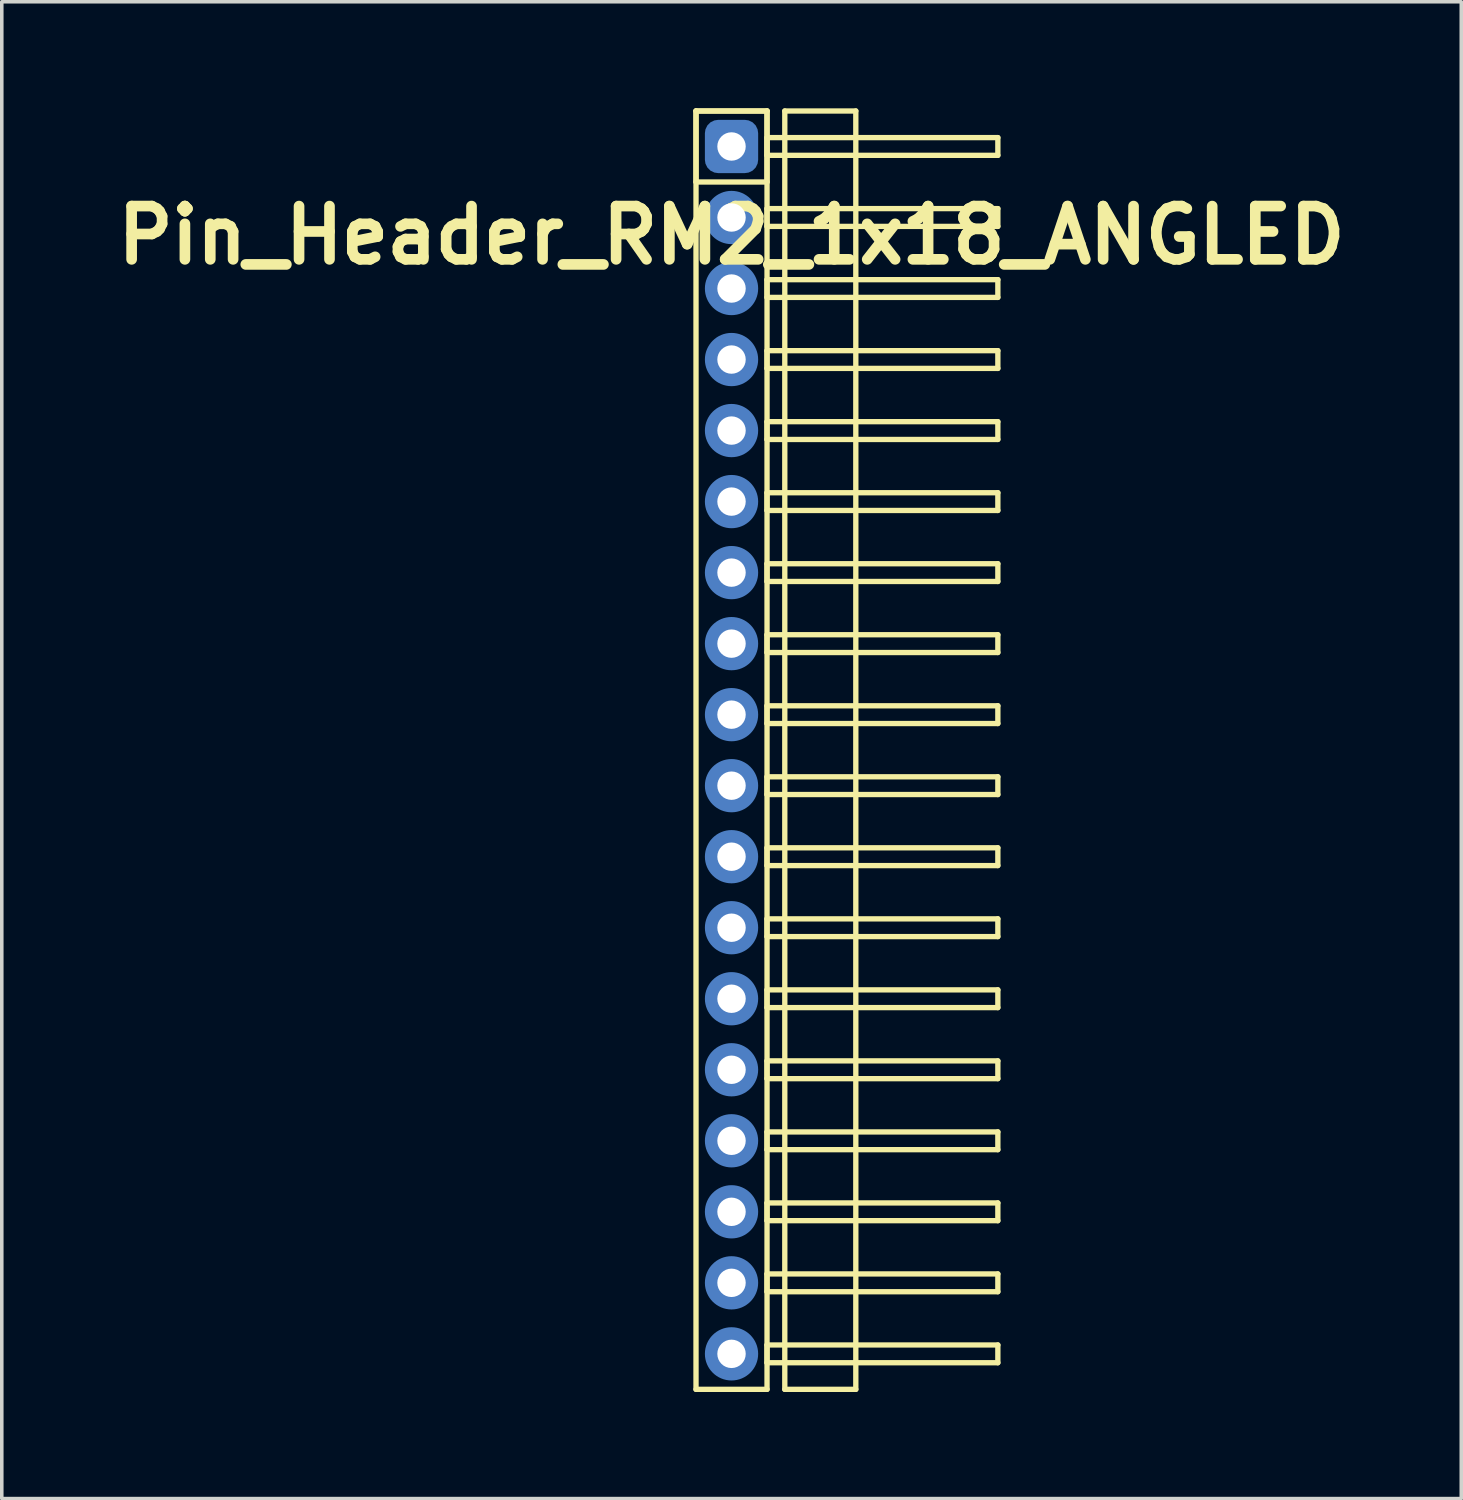
<source format=kicad_pcb>
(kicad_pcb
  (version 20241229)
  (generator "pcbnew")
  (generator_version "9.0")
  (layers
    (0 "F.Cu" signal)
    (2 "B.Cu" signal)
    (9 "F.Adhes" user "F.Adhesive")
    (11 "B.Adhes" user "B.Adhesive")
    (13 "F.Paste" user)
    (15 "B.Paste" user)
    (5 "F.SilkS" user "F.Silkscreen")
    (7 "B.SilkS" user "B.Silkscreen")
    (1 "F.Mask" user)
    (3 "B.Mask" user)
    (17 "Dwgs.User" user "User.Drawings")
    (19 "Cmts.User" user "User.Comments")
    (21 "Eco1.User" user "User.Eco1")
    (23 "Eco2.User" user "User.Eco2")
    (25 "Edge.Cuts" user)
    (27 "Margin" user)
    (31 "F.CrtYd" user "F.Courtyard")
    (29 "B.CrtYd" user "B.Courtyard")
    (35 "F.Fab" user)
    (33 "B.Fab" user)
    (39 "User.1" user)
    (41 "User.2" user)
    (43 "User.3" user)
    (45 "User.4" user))
  (footprint "Pin_Header_RM2_1x18_ANGLED"
    (layer "F.Cu")
    (at 17.55 1.075)
    (property "Reference" "Pin_Header_RM2_1x18_ANGLED" (at 0 2.5 0) (layer "F.SilkS") (effects (font (size 1.5 1.5) (thickness 0.3))))
    (attr through_hole)
    (fp_line (start -1 -1) (end 1 -1) (stroke (width 0.15) (type solid)) (layer "F.SilkS"))
    (fp_line (start -1 -1) (end 1 -1) (stroke (width 0.15) (type solid)) (layer "F.SilkS"))
    (fp_line (start -1 1) (end -1 -1) (stroke (width 0.15) (type solid)) (layer "F.SilkS"))
    (fp_line (start -1 35) (end -1 -1) (stroke (width 0.15) (type solid)) (layer "F.SilkS"))
    (fp_line (start 1 -1) (end 1 1) (stroke (width 0.15) (type solid)) (layer "F.SilkS"))
    (fp_line (start 1 -1) (end 1 35) (stroke (width 0.15) (type solid)) (layer "F.SilkS"))
    (fp_line (start 1 -0.25) (end 7.5 -0.25) (stroke (width 0.15) (type solid)) (layer "F.SilkS"))
    (fp_line (start 1 0.25) (end 1 -0.25) (stroke (width 0.15) (type solid)) (layer "F.SilkS"))
    (fp_line (start 1 1) (end -1 1) (stroke (width 0.15) (type solid)) (layer "F.SilkS"))
    (fp_line (start 1 1.75) (end 7.5 1.75) (stroke (width 0.15) (type solid)) (layer "F.SilkS"))
    (fp_line (start 1 2.25) (end 1 1.75) (stroke (width 0.15) (type solid)) (layer "F.SilkS"))
    (fp_line (start 1 3.75) (end 7.5 3.75) (stroke (width 0.15) (type solid)) (layer "F.SilkS"))
    (fp_line (start 1 4.25) (end 1 3.75) (stroke (width 0.15) (type solid)) (layer "F.SilkS"))
    (fp_line (start 1 5.75) (end 7.5 5.75) (stroke (width 0.15) (type solid)) (layer "F.SilkS"))
    (fp_line (start 1 6.25) (end 1 5.75) (stroke (width 0.15) (type solid)) (layer "F.SilkS"))
    (fp_line (start 1 7.75) (end 7.5 7.75) (stroke (width 0.15) (type solid)) (layer "F.SilkS"))
    (fp_line (start 1 8.25) (end 1 7.75) (stroke (width 0.15) (type solid)) (layer "F.SilkS"))
    (fp_line (start 1 9.75) (end 7.5 9.75) (stroke (width 0.15) (type solid)) (layer "F.SilkS"))
    (fp_line (start 1 10.25) (end 1 9.75) (stroke (width 0.15) (type solid)) (layer "F.SilkS"))
    (fp_line (start 1 11.75) (end 7.5 11.75) (stroke (width 0.15) (type solid)) (layer "F.SilkS"))
    (fp_line (start 1 12.25) (end 1 11.75) (stroke (width 0.15) (type solid)) (layer "F.SilkS"))
    (fp_line (start 1 13.75) (end 7.5 13.75) (stroke (width 0.15) (type solid)) (layer "F.SilkS"))
    (fp_line (start 1 14.25) (end 1 13.75) (stroke (width 0.15) (type solid)) (layer "F.SilkS"))
    (fp_line (start 1 15.75) (end 7.5 15.75) (stroke (width 0.15) (type solid)) (layer "F.SilkS"))
    (fp_line (start 1 16.25) (end 1 15.75) (stroke (width 0.15) (type solid)) (layer "F.SilkS"))
    (fp_line (start 1 17.75) (end 7.5 17.75) (stroke (width 0.15) (type solid)) (layer "F.SilkS"))
    (fp_line (start 1 18.25) (end 1 17.75) (stroke (width 0.15) (type solid)) (layer "F.SilkS"))
    (fp_line (start 1 19.75) (end 7.5 19.75) (stroke (width 0.15) (type solid)) (layer "F.SilkS"))
    (fp_line (start 1 20.25) (end 1 19.75) (stroke (width 0.15) (type solid)) (layer "F.SilkS"))
    (fp_line (start 1 21.75) (end 7.5 21.75) (stroke (width 0.15) (type solid)) (layer "F.SilkS"))
    (fp_line (start 1 22.25) (end 1 21.75) (stroke (width 0.15) (type solid)) (layer "F.SilkS"))
    (fp_line (start 1 23.75) (end 7.5 23.75) (stroke (width 0.15) (type solid)) (layer "F.SilkS"))
    (fp_line (start 1 24.25) (end 1 23.75) (stroke (width 0.15) (type solid)) (layer "F.SilkS"))
    (fp_line (start 1 25.75) (end 7.5 25.75) (stroke (width 0.15) (type solid)) (layer "F.SilkS"))
    (fp_line (start 1 26.25) (end 1 25.75) (stroke (width 0.15) (type solid)) (layer "F.SilkS"))
    (fp_line (start 1 27.75) (end 7.5 27.75) (stroke (width 0.15) (type solid)) (layer "F.SilkS"))
    (fp_line (start 1 28.25) (end 1 27.75) (stroke (width 0.15) (type solid)) (layer "F.SilkS"))
    (fp_line (start 1 29.75) (end 7.5 29.75) (stroke (width 0.15) (type solid)) (layer "F.SilkS"))
    (fp_line (start 1 30.25) (end 1 29.75) (stroke (width 0.15) (type solid)) (layer "F.SilkS"))
    (fp_line (start 1 31.75) (end 7.5 31.75) (stroke (width 0.15) (type solid)) (layer "F.SilkS"))
    (fp_line (start 1 32.25) (end 1 31.75) (stroke (width 0.15) (type solid)) (layer "F.SilkS"))
    (fp_line (start 1 33.75) (end 7.5 33.75) (stroke (width 0.15) (type solid)) (layer "F.SilkS"))
    (fp_line (start 1 34.25) (end 1 33.75) (stroke (width 0.15) (type solid)) (layer "F.SilkS"))
    (fp_line (start 1 35) (end -1 35) (stroke (width 0.15) (type solid)) (layer "F.SilkS"))
    (fp_line (start 1.5 -1) (end 3.5 -1) (stroke (width 0.15) (type solid)) (layer "F.SilkS"))
    (fp_line (start 1.5 35) (end 1.5 -1) (stroke (width 0.15) (type solid)) (layer "F.SilkS"))
    (fp_line (start 3.5 -1) (end 3.5 35) (stroke (width 0.15) (type solid)) (layer "F.SilkS"))
    (fp_line (start 3.5 35) (end 1.5 35) (stroke (width 0.15) (type solid)) (layer "F.SilkS"))
    (fp_line (start 7.5 -0.25) (end 7.5 0.25) (stroke (width 0.15) (type solid)) (layer "F.SilkS"))
    (fp_line (start 7.5 0.25) (end 1 0.25) (stroke (width 0.15) (type solid)) (layer "F.SilkS"))
    (fp_line (start 7.5 1.75) (end 7.5 2.25) (stroke (width 0.15) (type solid)) (layer "F.SilkS"))
    (fp_line (start 7.5 2.25) (end 1 2.25) (stroke (width 0.15) (type solid)) (layer "F.SilkS"))
    (fp_line (start 7.5 3.75) (end 7.5 4.25) (stroke (width 0.15) (type solid)) (layer "F.SilkS"))
    (fp_line (start 7.5 4.25) (end 1 4.25) (stroke (width 0.15) (type solid)) (layer "F.SilkS"))
    (fp_line (start 7.5 5.75) (end 7.5 6.25) (stroke (width 0.15) (type solid)) (layer "F.SilkS"))
    (fp_line (start 7.5 6.25) (end 1 6.25) (stroke (width 0.15) (type solid)) (layer "F.SilkS"))
    (fp_line (start 7.5 7.75) (end 7.5 8.25) (stroke (width 0.15) (type solid)) (layer "F.SilkS"))
    (fp_line (start 7.5 8.25) (end 1 8.25) (stroke (width 0.15) (type solid)) (layer "F.SilkS"))
    (fp_line (start 7.5 9.75) (end 7.5 10.25) (stroke (width 0.15) (type solid)) (layer "F.SilkS"))
    (fp_line (start 7.5 10.25) (end 1 10.25) (stroke (width 0.15) (type solid)) (layer "F.SilkS"))
    (fp_line (start 7.5 11.75) (end 7.5 12.25) (stroke (width 0.15) (type solid)) (layer "F.SilkS"))
    (fp_line (start 7.5 12.25) (end 1 12.25) (stroke (width 0.15) (type solid)) (layer "F.SilkS"))
    (fp_line (start 7.5 13.75) (end 7.5 14.25) (stroke (width 0.15) (type solid)) (layer "F.SilkS"))
    (fp_line (start 7.5 14.25) (end 1 14.25) (stroke (width 0.15) (type solid)) (layer "F.SilkS"))
    (fp_line (start 7.5 15.75) (end 7.5 16.25) (stroke (width 0.15) (type solid)) (layer "F.SilkS"))
    (fp_line (start 7.5 16.25) (end 1 16.25) (stroke (width 0.15) (type solid)) (layer "F.SilkS"))
    (fp_line (start 7.5 17.75) (end 7.5 18.25) (stroke (width 0.15) (type solid)) (layer "F.SilkS"))
    (fp_line (start 7.5 18.25) (end 1 18.25) (stroke (width 0.15) (type solid)) (layer "F.SilkS"))
    (fp_line (start 7.5 19.75) (end 7.5 20.25) (stroke (width 0.15) (type solid)) (layer "F.SilkS"))
    (fp_line (start 7.5 20.25) (end 1 20.25) (stroke (width 0.15) (type solid)) (layer "F.SilkS"))
    (fp_line (start 7.5 21.75) (end 7.5 22.25) (stroke (width 0.15) (type solid)) (layer "F.SilkS"))
    (fp_line (start 7.5 22.25) (end 1 22.25) (stroke (width 0.15) (type solid)) (layer "F.SilkS"))
    (fp_line (start 7.5 23.75) (end 7.5 24.25) (stroke (width 0.15) (type solid)) (layer "F.SilkS"))
    (fp_line (start 7.5 24.25) (end 1 24.25) (stroke (width 0.15) (type solid)) (layer "F.SilkS"))
    (fp_line (start 7.5 25.75) (end 7.5 26.25) (stroke (width 0.15) (type solid)) (layer "F.SilkS"))
    (fp_line (start 7.5 26.25) (end 1 26.25) (stroke (width 0.15) (type solid)) (layer "F.SilkS"))
    (fp_line (start 7.5 27.75) (end 7.5 28.25) (stroke (width 0.15) (type solid)) (layer "F.SilkS"))
    (fp_line (start 7.5 28.25) (end 1 28.25) (stroke (width 0.15) (type solid)) (layer "F.SilkS"))
    (fp_line (start 7.5 29.75) (end 7.5 30.25) (stroke (width 0.15) (type solid)) (layer "F.SilkS"))
    (fp_line (start 7.5 30.25) (end 1 30.25) (stroke (width 0.15) (type solid)) (layer "F.SilkS"))
    (fp_line (start 7.5 31.75) (end 7.5 32.25) (stroke (width 0.15) (type solid)) (layer "F.SilkS"))
    (fp_line (start 7.5 32.25) (end 1 32.25) (stroke (width 0.15) (type solid)) (layer "F.SilkS"))
    (fp_line (start 7.5 33.75) (end 7.5 34.25) (stroke (width 0.15) (type solid)) (layer "F.SilkS"))
    (fp_line (start 7.5 34.25) (end 1 34.25) (stroke (width 0.15) (type solid)) (layer "F.SilkS"))
    (pad "1" thru_hole circle (at 0 0) (size 1.1 1.1) (drill 0.8) (layers "*.Cu" "*.Mask"))
    (pad "1" smd roundrect (at 0 0) (size 1.25 1.25) (layers "F.Cu" "F.Mask") (roundrect_rratio 0.25))
    (pad "1" smd roundrect (at 0 0) (size 1.5 1.5) (layers "B.Cu" "B.Mask") (roundrect_rratio 0.25))
    (pad "2" thru_hole circle (at 0 2) (size 1.1 1.1) (drill 0.8) (layers "*.Cu" "*.Mask"))
    (pad "2" smd circle (at 0 2) (size 1.25 1.25) (layers "F.Cu" "F.Mask"))
    (pad "2" smd circle (at 0 2) (size 1.5 1.5) (layers "B.Cu" "B.Mask"))
    (pad "3" thru_hole circle (at 0 4) (size 1.1 1.1) (drill 0.8) (layers "*.Cu" "*.Mask"))
    (pad "3" smd circle (at 0 4) (size 1.25 1.25) (layers "F.Cu" "F.Mask"))
    (pad "3" smd circle (at 0 4) (size 1.5 1.5) (layers "B.Cu" "B.Mask"))
    (pad "4" thru_hole circle (at 0 6) (size 1.1 1.1) (drill 0.8) (layers "*.Cu" "*.Mask"))
    (pad "4" smd circle (at 0 6) (size 1.25 1.25) (layers "F.Cu" "F.Mask"))
    (pad "4" smd circle (at 0 6) (size 1.5 1.5) (layers "B.Cu" "B.Mask"))
    (pad "5" thru_hole circle (at 0 8) (size 1.1 1.1) (drill 0.8) (layers "*.Cu" "*.Mask"))
    (pad "5" smd circle (at 0 8) (size 1.25 1.25) (layers "F.Cu" "F.Mask"))
    (pad "5" smd circle (at 0 8) (size 1.5 1.5) (layers "B.Cu" "B.Mask"))
    (pad "6" thru_hole circle (at 0 10) (size 1.1 1.1) (drill 0.8) (layers "*.Cu" "*.Mask"))
    (pad "6" smd circle (at 0 10) (size 1.25 1.25) (layers "F.Cu" "F.Mask"))
    (pad "6" smd circle (at 0 10) (size 1.5 1.5) (layers "B.Cu" "B.Mask"))
    (pad "7" thru_hole circle (at 0 12) (size 1.1 1.1) (drill 0.8) (layers "*.Cu" "*.Mask"))
    (pad "7" smd circle (at 0 12) (size 1.25 1.25) (layers "F.Cu" "F.Mask"))
    (pad "7" smd circle (at 0 12) (size 1.5 1.5) (layers "B.Cu" "B.Mask"))
    (pad "8" thru_hole circle (at 0 14) (size 1.1 1.1) (drill 0.8) (layers "*.Cu" "*.Mask"))
    (pad "8" smd circle (at 0 14) (size 1.25 1.25) (layers "F.Cu" "F.Mask"))
    (pad "8" smd circle (at 0 14) (size 1.5 1.5) (layers "B.Cu" "B.Mask"))
    (pad "9" thru_hole circle (at 0 16) (size 1.1 1.1) (drill 0.8) (layers "*.Cu" "*.Mask"))
    (pad "9" smd circle (at 0 16) (size 1.25 1.25) (layers "F.Cu" "F.Mask"))
    (pad "9" smd circle (at 0 16) (size 1.5 1.5) (layers "B.Cu" "B.Mask"))
    (pad "10" thru_hole circle (at 0 18) (size 1.1 1.1) (drill 0.8) (layers "*.Cu" "*.Mask"))
    (pad "10" smd circle (at 0 18) (size 1.25 1.25) (layers "F.Cu" "F.Mask"))
    (pad "10" smd circle (at 0 18) (size 1.5 1.5) (layers "B.Cu" "B.Mask"))
    (pad "11" thru_hole circle (at 0 20) (size 1.1 1.1) (drill 0.8) (layers "*.Cu" "*.Mask"))
    (pad "11" smd circle (at 0 20) (size 1.25 1.25) (layers "F.Cu" "F.Mask"))
    (pad "11" smd circle (at 0 20) (size 1.5 1.5) (layers "B.Cu" "B.Mask"))
    (pad "12" thru_hole circle (at 0 22) (size 1.1 1.1) (drill 0.8) (layers "*.Cu" "*.Mask"))
    (pad "12" smd circle (at 0 22) (size 1.25 1.25) (layers "F.Cu" "F.Mask"))
    (pad "12" smd circle (at 0 22) (size 1.5 1.5) (layers "B.Cu" "B.Mask"))
    (pad "13" thru_hole circle (at 0 24) (size 1.1 1.1) (drill 0.8) (layers "*.Cu" "*.Mask"))
    (pad "13" smd circle (at 0 24) (size 1.25 1.25) (layers "F.Cu" "F.Mask"))
    (pad "13" smd circle (at 0 24) (size 1.5 1.5) (layers "B.Cu" "B.Mask"))
    (pad "14" thru_hole circle (at 0 26) (size 1.1 1.1) (drill 0.8) (layers "*.Cu" "*.Mask"))
    (pad "14" smd circle (at 0 26) (size 1.25 1.25) (layers "F.Cu" "F.Mask"))
    (pad "14" smd circle (at 0 26) (size 1.5 1.5) (layers "B.Cu" "B.Mask"))
    (pad "15" thru_hole circle (at 0 28) (size 1.1 1.1) (drill 0.8) (layers "*.Cu" "*.Mask"))
    (pad "15" smd circle (at 0 28) (size 1.25 1.25) (layers "F.Cu" "F.Mask"))
    (pad "15" smd circle (at 0 28) (size 1.5 1.5) (layers "B.Cu" "B.Mask"))
    (pad "16" thru_hole circle (at 0 30) (size 1.1 1.1) (drill 0.8) (layers "*.Cu" "*.Mask"))
    (pad "16" smd circle (at 0 30) (size 1.25 1.25) (layers "F.Cu" "F.Mask"))
    (pad "16" smd circle (at 0 30) (size 1.5 1.5) (layers "B.Cu" "B.Mask"))
    (pad "17" thru_hole circle (at 0 32) (size 1.1 1.1) (drill 0.8) (layers "*.Cu" "*.Mask"))
    (pad "17" smd circle (at 0 32) (size 1.25 1.25) (layers "F.Cu" "F.Mask"))
    (pad "17" smd circle (at 0 32) (size 1.5 1.5) (layers "B.Cu" "B.Mask"))
    (pad "18" thru_hole circle (at 0 34) (size 1.1 1.1) (drill 0.8) (layers "*.Cu" "*.Mask"))
    (pad "18" smd circle (at 0 34) (size 1.25 1.25) (layers "F.Cu" "F.Mask"))
    (pad "18" smd circle (at 0 34) (size 1.5 1.5) (layers "B.Cu" "B.Mask")))
  (gr_rect
    (start -3 -3)
    (end 38.1 39.15)
    (stroke (width 0.1) (type default))
    (fill no)
    (layer "Edge.Cuts")))
</source>
